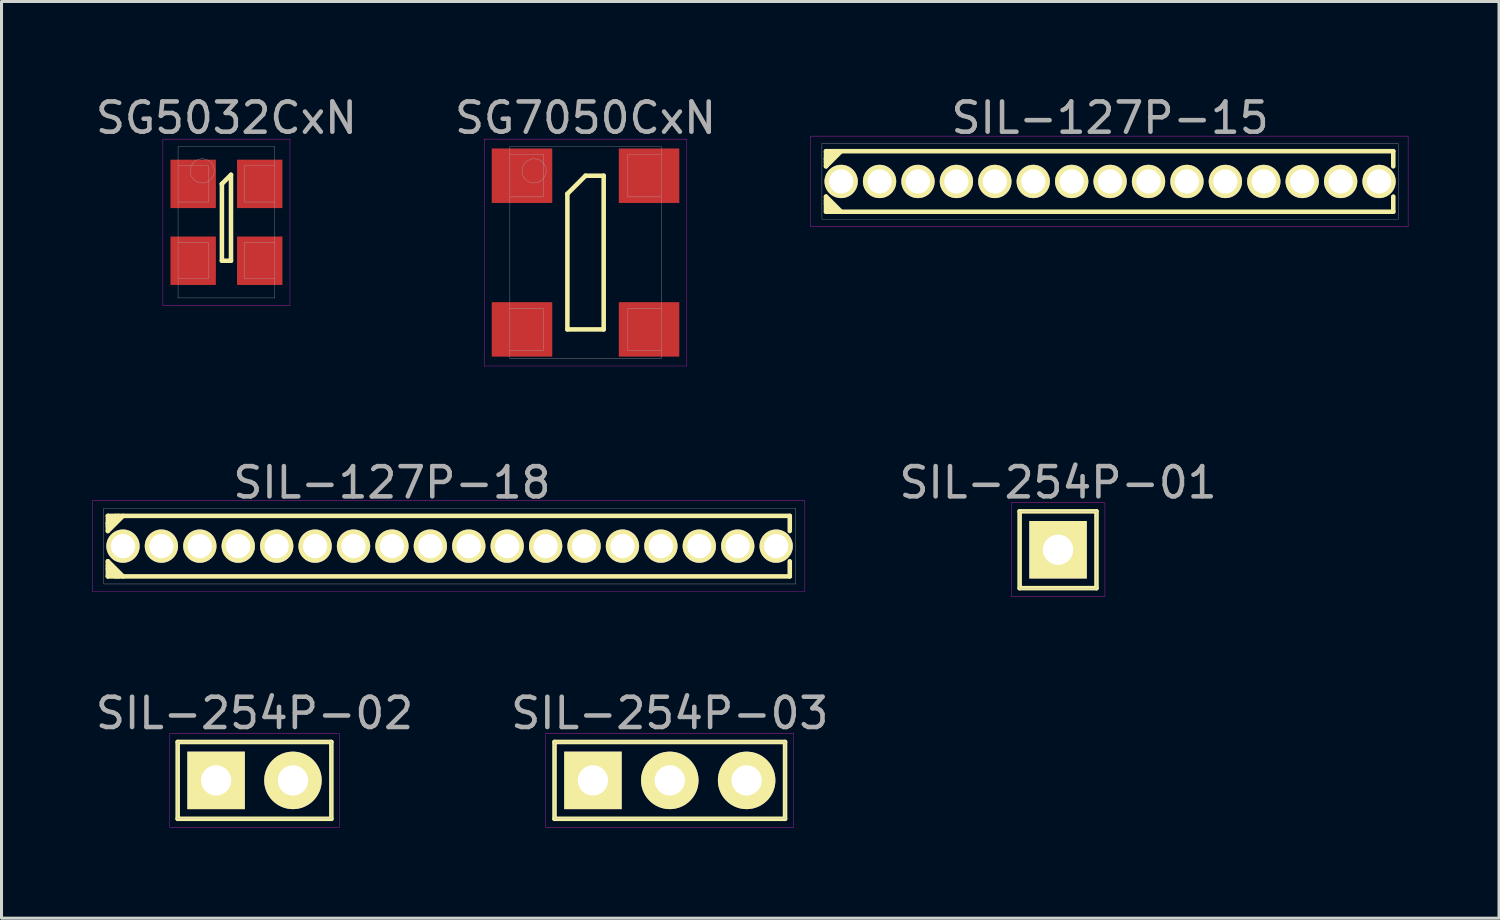
<source format=kicad_pcb>
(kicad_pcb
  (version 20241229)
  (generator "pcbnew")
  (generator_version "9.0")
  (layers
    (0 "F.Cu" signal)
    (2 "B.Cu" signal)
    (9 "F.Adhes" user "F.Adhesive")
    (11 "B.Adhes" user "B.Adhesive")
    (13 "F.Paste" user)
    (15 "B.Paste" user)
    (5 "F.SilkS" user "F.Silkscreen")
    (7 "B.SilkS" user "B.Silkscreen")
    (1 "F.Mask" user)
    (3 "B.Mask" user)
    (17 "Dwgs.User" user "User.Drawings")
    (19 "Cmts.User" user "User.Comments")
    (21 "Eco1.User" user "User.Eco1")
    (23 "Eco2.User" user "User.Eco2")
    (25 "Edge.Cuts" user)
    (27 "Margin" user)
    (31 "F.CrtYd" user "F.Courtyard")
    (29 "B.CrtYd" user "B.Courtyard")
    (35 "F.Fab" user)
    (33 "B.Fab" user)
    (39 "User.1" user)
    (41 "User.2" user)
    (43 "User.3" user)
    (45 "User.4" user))
  (footprint "SG5032CxN"
    (layer "F.Cu")
    (at 4.435 4.298)
    (property "Reference" "SG5032CxN" (at 0 -3.45 0) (layer "F.Fab") (effects (font (size 1 1) (thickness 0.15))))
    (attr through_hole)
    (fp_line (start -0.15 -1.27) (end -0.15 -1.27) (stroke (width 0.15) (type solid)) (layer "F.SilkS"))
    (fp_line (start -0.15 -1.27) (end -0.15 1.27) (stroke (width 0.15) (type solid)) (layer "F.SilkS"))
    (fp_line (start -0.15 1.27) (end 0.15 1.27) (stroke (width 0.15) (type solid)) (layer "F.SilkS"))
    (fp_line (start 0.15 -1.57) (end -0.15 -1.27) (stroke (width 0.15) (type solid)) (layer "F.SilkS"))
    (fp_line (start 0.15 1.27) (end 0.15 -1.57) (stroke (width 0.15) (type solid)) (layer "F.SilkS"))
    (fp_line (start -2.1 -2.75) (end 2.1 -2.75) (stroke (width 0.01) (type solid)) (layer "F.CrtYd"))
    (fp_line (start -2.1 2.75) (end -2.1 -2.75) (stroke (width 0.01) (type solid)) (layer "F.CrtYd"))
    (fp_line (start 2.1 -2.75) (end 2.1 2.75) (stroke (width 0.01) (type solid)) (layer "F.CrtYd"))
    (fp_line (start 2.1 2.75) (end -2.1 2.75) (stroke (width 0.01) (type solid)) (layer "F.CrtYd"))
    (fp_line (start -1.6 -2.5) (end 1.6 -2.5) (stroke (width 0.01) (type solid)) (layer "F.Fab"))
    (fp_line (start -1.6 -0.67) (end -0.6 -0.67) (stroke (width 0.01) (type solid)) (layer "F.Fab"))
    (fp_line (start -1.6 1.87) (end -0.6 1.87) (stroke (width 0.01) (type solid)) (layer "F.Fab"))
    (fp_line (start -1.6 2.5) (end -1.6 -2.5) (stroke (width 0.01) (type solid)) (layer "F.Fab"))
    (fp_line (start -0.6 -1.87) (end -1.6 -1.87) (stroke (width 0.01) (type solid)) (layer "F.Fab"))
    (fp_line (start -0.6 -0.67) (end -0.6 -1.87) (stroke (width 0.01) (type solid)) (layer "F.Fab"))
    (fp_line (start -0.6 0.67) (end -1.6 0.67) (stroke (width 0.01) (type solid)) (layer "F.Fab"))
    (fp_line (start -0.6 1.87) (end -0.6 0.67) (stroke (width 0.01) (type solid)) (layer "F.Fab"))
    (fp_line (start 0.6 -1.87) (end 0.6 -0.67) (stroke (width 0.01) (type solid)) (layer "F.Fab"))
    (fp_line (start 0.6 -0.67) (end 1.6 -0.67) (stroke (width 0.01) (type solid)) (layer "F.Fab"))
    (fp_line (start 0.6 0.67) (end 0.6 1.87) (stroke (width 0.01) (type solid)) (layer "F.Fab"))
    (fp_line (start 0.6 1.87) (end 1.6 1.87) (stroke (width 0.01) (type solid)) (layer "F.Fab"))
    (fp_line (start 1.6 -2.5) (end 1.6 2.5) (stroke (width 0.01) (type solid)) (layer "F.Fab"))
    (fp_line (start 1.6 -1.87) (end 0.6 -1.87) (stroke (width 0.01) (type solid)) (layer "F.Fab"))
    (fp_line (start 1.6 0.67) (end 0.6 0.67) (stroke (width 0.01) (type solid)) (layer "F.Fab"))
    (fp_line (start 1.6 2.5) (end -1.6 2.5) (stroke (width 0.01) (type solid)) (layer "F.Fab"))
    (fp_circle (center -0.8 -1.7) (end -0.8 -1.3) (stroke (width 0.01) (type solid)) (fill no) (layer "F.Fab"))
    (pad "1" smd rect (at -1.1 -1.27) (size 1.5 1.6) (layers "F.Cu" "F.Mask" "F.Paste"))
    (pad "2" smd rect (at -1.1 1.27) (size 1.5 1.6) (layers "F.Cu" "F.Mask" "F.Paste"))
    (pad "3" smd rect (at 1.1 1.27) (size 1.5 1.6) (layers "F.Cu" "F.Mask" "F.Paste"))
    (pad "4" smd rect (at 1.1 -1.27) (size 1.5 1.6) (layers "F.Cu" "F.Mask" "F.Paste")))
  (footprint "SIL-254P-02"
    (layer "F.Cu")
    (at 5.363 22.745)
    (property "Reference" "SIL-254P-02" (at 0 -2.22 0) (layer "F.Fab") (effects (font (size 1 1) (thickness 0.15))))
    (attr through_hole)
    (fp_line (start -2.54 -1.27) (end 2.54 -1.27) (stroke (width 0.15) (type solid)) (layer "F.SilkS"))
    (fp_line (start -2.54 1.27) (end -2.54 -1.27) (stroke (width 0.15) (type solid)) (layer "F.SilkS"))
    (fp_line (start 2.54 -1.27) (end 2.54 1.27) (stroke (width 0.15) (type solid)) (layer "F.SilkS"))
    (fp_line (start 2.54 1.27) (end -2.54 1.27) (stroke (width 0.15) (type solid)) (layer "F.SilkS"))
    (fp_line (start -2.8 -1.55) (end 2.8 -1.55) (stroke (width 0.01) (type solid)) (layer "F.CrtYd"))
    (fp_line (start -2.8 1.55) (end -2.8 -1.55) (stroke (width 0.01) (type solid)) (layer "F.CrtYd"))
    (fp_line (start 2.8 -1.55) (end 2.8 1.55) (stroke (width 0.01) (type solid)) (layer "F.CrtYd"))
    (fp_line (start 2.8 1.55) (end -2.8 1.55) (stroke (width 0.01) (type solid)) (layer "F.CrtYd"))
    (fp_line (start -2.54 -1.27) (end 2.54 -1.27) (stroke (width 0.01) (type solid)) (layer "F.Fab"))
    (fp_line (start -2.54 1.27) (end -2.54 -1.27) (stroke (width 0.01) (type solid)) (layer "F.Fab"))
    (fp_line (start 2.54 -1.27) (end 2.54 1.27) (stroke (width 0.01) (type solid)) (layer "F.Fab"))
    (fp_line (start 2.54 1.27) (end -2.54 1.27) (stroke (width 0.01) (type solid)) (layer "F.Fab"))
    (pad "1" thru_hole rect (at -1.27 0) (size 1.9 1.9) (drill 1) (layers "*.Cu" "*.Mask" "F.SilkS"))
    (pad "2" thru_hole circle (at 1.27 0) (size 1.9 1.9) (drill 1) (layers "*.Cu" "*.Mask" "F.SilkS")))
  (footprint "SIL-254P-01"
    (layer "F.Cu")
    (at 31.923 15.121)
    (property "Reference" "SIL-254P-01" (at 0 -2.22 0) (layer "F.Fab") (effects (font (size 1 1) (thickness 0.15))))
    (attr through_hole)
    (fp_line (start -1.27 -1.27) (end 1.27 -1.27) (stroke (width 0.15) (type solid)) (layer "F.SilkS"))
    (fp_line (start -1.27 1.27) (end -1.27 -1.27) (stroke (width 0.15) (type solid)) (layer "F.SilkS"))
    (fp_line (start 1.27 -1.27) (end 1.27 1.27) (stroke (width 0.15) (type solid)) (layer "F.SilkS"))
    (fp_line (start 1.27 1.27) (end -1.27 1.27) (stroke (width 0.15) (type solid)) (layer "F.SilkS"))
    (fp_line (start -1.55 -1.55) (end 1.55 -1.55) (stroke (width 0.01) (type solid)) (layer "F.CrtYd"))
    (fp_line (start -1.55 1.55) (end -1.55 -1.55) (stroke (width 0.01) (type solid)) (layer "F.CrtYd"))
    (fp_line (start 1.55 -1.55) (end 1.55 1.55) (stroke (width 0.01) (type solid)) (layer "F.CrtYd"))
    (fp_line (start 1.55 1.55) (end -1.55 1.55) (stroke (width 0.01) (type solid)) (layer "F.CrtYd"))
    (fp_line (start -1.27 -1.27) (end 1.27 -1.27) (stroke (width 0.01) (type solid)) (layer "F.Fab"))
    (fp_line (start -1.27 1.27) (end -1.27 -1.27) (stroke (width 0.01) (type solid)) (layer "F.Fab"))
    (fp_line (start 1.27 -1.27) (end 1.27 1.27) (stroke (width 0.01) (type solid)) (layer "F.Fab"))
    (fp_line (start 1.27 1.27) (end -1.27 1.27) (stroke (width 0.01) (type solid)) (layer "F.Fab"))
    (pad "1" thru_hole rect (at 0 0) (size 1.9 1.9) (drill 1) (layers "*.Cu" "*.Mask" "F.SilkS")))
  (footprint "SIL-127P-15"
    (layer "F.Cu")
    (at 33.643 2.948)
    (property "Reference" "SIL-127P-15" (at 0 -2.1 0) (layer "F.Fab") (effects (font (size 1 1) (thickness 0.15))))
    (attr through_hole)
    (fp_line (start -9.39 -1) (end -9.39 -0.75) (stroke (width 0.15) (type solid)) (layer "F.SilkS"))
    (fp_line (start -9.39 -1) (end 9.36 -1) (stroke (width 0.15) (type solid)) (layer "F.SilkS"))
    (fp_line (start -9.39 -0.75) (end -9.39 -0.5) (stroke (width 0.15) (type solid)) (layer "F.SilkS"))
    (fp_line (start -9.39 -0.75) (end -9.14 -1) (stroke (width 0.15) (type solid)) (layer "F.SilkS"))
    (fp_line (start -9.39 -0.65) (end -9.04 -1) (stroke (width 0.15) (type solid)) (layer "F.SilkS"))
    (fp_line (start -9.39 -0.5) (end -8.89 -1) (stroke (width 0.15) (type solid)) (layer "F.SilkS"))
    (fp_line (start -9.39 0.5) (end -8.89 1) (stroke (width 0.15) (type solid)) (layer "F.SilkS"))
    (fp_line (start -9.39 0.65) (end -9.04 1) (stroke (width 0.15) (type solid)) (layer "F.SilkS"))
    (fp_line (start -9.39 0.75) (end -9.14 1) (stroke (width 0.15) (type solid)) (layer "F.SilkS"))
    (fp_line (start -9.39 1) (end -9.39 0.5) (stroke (width 0.15) (type solid)) (layer "F.SilkS"))
    (fp_line (start 9.36 -1) (end 9.36 -0.5) (stroke (width 0.15) (type solid)) (layer "F.SilkS"))
    (fp_line (start 9.36 1) (end -9.39 1) (stroke (width 0.15) (type solid)) (layer "F.SilkS"))
    (fp_line (start 9.36 1) (end 9.36 0.5) (stroke (width 0.15) (type solid)) (layer "F.SilkS"))
    (fp_line (start -9.9 -1.5) (end 9.85 -1.5) (stroke (width 0.01) (type solid)) (layer "F.CrtYd"))
    (fp_line (start -9.9 1.5) (end -9.9 -1.5) (stroke (width 0.01) (type solid)) (layer "F.CrtYd"))
    (fp_line (start 9.85 -1.5) (end 9.85 1.5) (stroke (width 0.01) (type solid)) (layer "F.CrtYd"))
    (fp_line (start 9.85 1.5) (end -9.9 1.5) (stroke (width 0.01) (type solid)) (layer "F.CrtYd"))
    (fp_line (start -9.525 -1.25) (end 9.525 -1.25) (stroke (width 0.01) (type solid)) (layer "F.Fab"))
    (fp_line (start -9.525 1.25) (end -9.525 -1.25) (stroke (width 0.01) (type solid)) (layer "F.Fab"))
    (fp_line (start 9.525 -1.25) (end 9.525 1.25) (stroke (width 0.01) (type solid)) (layer "F.Fab"))
    (fp_line (start 9.525 1.25) (end -9.525 1.25) (stroke (width 0.01) (type solid)) (layer "F.Fab"))
    (pad "1" thru_hole circle (at -8.89 0) (size 1.1 1.1) (drill 0.8) (layers "*.Cu" "*.Mask" "F.SilkS"))
    (pad "2" thru_hole circle (at -7.62 0) (size 1.1 1.1) (drill 0.8) (layers "*.Cu" "*.Mask" "F.SilkS"))
    (pad "3" thru_hole circle (at -6.35 0) (size 1.1 1.1) (drill 0.8) (layers "*.Cu" "*.Mask" "F.SilkS"))
    (pad "4" thru_hole circle (at -5.08 0) (size 1.1 1.1) (drill 0.8) (layers "*.Cu" "*.Mask" "F.SilkS"))
    (pad "5" thru_hole circle (at -3.81 0) (size 1.1 1.1) (drill 0.8) (layers "*.Cu" "*.Mask" "F.SilkS"))
    (pad "6" thru_hole circle (at -2.54 0) (size 1.1 1.1) (drill 0.8) (layers "*.Cu" "*.Mask" "F.SilkS"))
    (pad "7" thru_hole circle (at -1.27 0) (size 1.1 1.1) (drill 0.8) (layers "*.Cu" "*.Mask" "F.SilkS"))
    (pad "8" thru_hole circle (at 0 0) (size 1.1 1.1) (drill 0.8) (layers "*.Cu" "*.Mask" "F.SilkS"))
    (pad "9" thru_hole circle (at 1.27 0) (size 1.1 1.1) (drill 0.8) (layers "*.Cu" "*.Mask" "F.SilkS"))
    (pad "10" thru_hole circle (at 2.54 0) (size 1.1 1.1) (drill 0.8) (layers "*.Cu" "*.Mask" "F.SilkS"))
    (pad "11" thru_hole circle (at 3.81 0) (size 1.1 1.1) (drill 0.8) (layers "*.Cu" "*.Mask" "F.SilkS"))
    (pad "12" thru_hole circle (at 5.08 0) (size 1.1 1.1) (drill 0.8) (layers "*.Cu" "*.Mask" "F.SilkS"))
    (pad "13" thru_hole circle (at 6.35 0) (size 1.1 1.1) (drill 0.8) (layers "*.Cu" "*.Mask" "F.SilkS"))
    (pad "14" thru_hole circle (at 7.62 0) (size 1.1 1.1) (drill 0.8) (layers "*.Cu" "*.Mask" "F.SilkS"))
    (pad "15" thru_hole circle (at 8.89 0) (size 1.1 1.1) (drill 0.8) (layers "*.Cu" "*.Mask" "F.SilkS")))
  (footprint "SIL-127P-18"
    (layer "F.Cu")
    (at 9.905 15.002)
    (property "Reference" "SIL-127P-18" (at 0 -2.1 0) (layer "F.Fab") (effects (font (size 1 1) (thickness 0.15))))
    (attr through_hole)
    (fp_line (start -9.39 -1) (end -9.39 -0.75) (stroke (width 0.15) (type solid)) (layer "F.SilkS"))
    (fp_line (start -9.39 -1) (end 13.15 -1) (stroke (width 0.15) (type solid)) (layer "F.SilkS"))
    (fp_line (start -9.39 -0.75) (end -9.39 -0.5) (stroke (width 0.15) (type solid)) (layer "F.SilkS"))
    (fp_line (start -9.39 -0.75) (end -9.14 -1) (stroke (width 0.15) (type solid)) (layer "F.SilkS"))
    (fp_line (start -9.39 -0.65) (end -9.04 -1) (stroke (width 0.15) (type solid)) (layer "F.SilkS"))
    (fp_line (start -9.39 -0.5) (end -8.89 -1) (stroke (width 0.15) (type solid)) (layer "F.SilkS"))
    (fp_line (start -9.39 0.5) (end -8.89 1) (stroke (width 0.15) (type solid)) (layer "F.SilkS"))
    (fp_line (start -9.39 0.65) (end -9.04 1) (stroke (width 0.15) (type solid)) (layer "F.SilkS"))
    (fp_line (start -9.39 0.75) (end -9.14 1) (stroke (width 0.15) (type solid)) (layer "F.SilkS"))
    (fp_line (start -9.39 1) (end -9.39 0.5) (stroke (width 0.15) (type solid)) (layer "F.SilkS"))
    (fp_line (start 13.15 -1) (end 13.15 -0.5) (stroke (width 0.15) (type solid)) (layer "F.SilkS"))
    (fp_line (start 13.15 1) (end -9.39 1) (stroke (width 0.15) (type solid)) (layer "F.SilkS"))
    (fp_line (start 13.15 1) (end 13.15 0.5) (stroke (width 0.15) (type solid)) (layer "F.SilkS"))
    (fp_line (start -9.9 -1.5) (end 13.65 -1.5) (stroke (width 0.01) (type solid)) (layer "F.CrtYd"))
    (fp_line (start -9.9 1.5) (end -9.9 -1.5) (stroke (width 0.01) (type solid)) (layer "F.CrtYd"))
    (fp_line (start 13.65 -1.5) (end 13.65 1.5) (stroke (width 0.01) (type solid)) (layer "F.CrtYd"))
    (fp_line (start 13.65 1.5) (end -9.9 1.5) (stroke (width 0.01) (type solid)) (layer "F.CrtYd"))
    (fp_line (start -9.525 -1.25) (end 13.35 -1.25) (stroke (width 0.01) (type solid)) (layer "F.Fab"))
    (fp_line (start -9.525 1.25) (end -9.525 -1.25) (stroke (width 0.01) (type solid)) (layer "F.Fab"))
    (fp_line (start 13.35 -1.25) (end 13.35 1.25) (stroke (width 0.01) (type solid)) (layer "F.Fab"))
    (fp_line (start 13.35 1.25) (end -9.525 1.25) (stroke (width 0.01) (type solid)) (layer "F.Fab"))
    (pad "1" thru_hole circle (at -8.89 0) (size 1.1 1.1) (drill 0.8) (layers "*.Cu" "*.Mask" "F.SilkS"))
    (pad "2" thru_hole circle (at -7.62 0) (size 1.1 1.1) (drill 0.8) (layers "*.Cu" "*.Mask" "F.SilkS"))
    (pad "3" thru_hole circle (at -6.35 0) (size 1.1 1.1) (drill 0.8) (layers "*.Cu" "*.Mask" "F.SilkS"))
    (pad "4" thru_hole circle (at -5.08 0) (size 1.1 1.1) (drill 0.8) (layers "*.Cu" "*.Mask" "F.SilkS"))
    (pad "5" thru_hole circle (at -3.81 0) (size 1.1 1.1) (drill 0.8) (layers "*.Cu" "*.Mask" "F.SilkS"))
    (pad "6" thru_hole circle (at -2.54 0) (size 1.1 1.1) (drill 0.8) (layers "*.Cu" "*.Mask" "F.SilkS"))
    (pad "7" thru_hole circle (at -1.27 0) (size 1.1 1.1) (drill 0.8) (layers "*.Cu" "*.Mask" "F.SilkS"))
    (pad "8" thru_hole circle (at 0 0) (size 1.1 1.1) (drill 0.8) (layers "*.Cu" "*.Mask" "F.SilkS"))
    (pad "9" thru_hole circle (at 1.27 0) (size 1.1 1.1) (drill 0.8) (layers "*.Cu" "*.Mask" "F.SilkS"))
    (pad "10" thru_hole circle (at 2.54 0) (size 1.1 1.1) (drill 0.8) (layers "*.Cu" "*.Mask" "F.SilkS"))
    (pad "11" thru_hole circle (at 3.81 0) (size 1.1 1.1) (drill 0.8) (layers "*.Cu" "*.Mask" "F.SilkS"))
    (pad "12" thru_hole circle (at 5.08 0) (size 1.1 1.1) (drill 0.8) (layers "*.Cu" "*.Mask" "F.SilkS"))
    (pad "13" thru_hole circle (at 6.35 0) (size 1.1 1.1) (drill 0.8) (layers "*.Cu" "*.Mask" "F.SilkS"))
    (pad "14" thru_hole circle (at 7.62 0) (size 1.1 1.1) (drill 0.8) (layers "*.Cu" "*.Mask" "F.SilkS"))
    (pad "15" thru_hole circle (at 8.89 0) (size 1.1 1.1) (drill 0.8) (layers "*.Cu" "*.Mask" "F.SilkS"))
    (pad "16" thru_hole circle (at 10.16 0) (size 1.1 1.1) (drill 0.8) (layers "*.Cu" "*.Mask" "F.SilkS"))
    (pad "17" thru_hole circle (at 11.43 0) (size 1.1 1.1) (drill 0.8) (layers "*.Cu" "*.Mask" "F.SilkS"))
    (pad "18" thru_hole circle (at 12.7 0) (size 1.1 1.1) (drill 0.8) (layers "*.Cu" "*.Mask" "F.SilkS")))
  (footprint "SG7050CxN"
    (layer "F.Cu")
    (at 16.304 5.298)
    (property "Reference" "SG7050CxN" (at 0 -4.45 0) (layer "F.Fab") (effects (font (size 1 1) (thickness 0.15))))
    (attr through_hole)
    (fp_line (start -0.6 -1.94) (end 0 -2.54) (stroke (width 0.15) (type solid)) (layer "F.SilkS"))
    (fp_line (start -0.6 2.54) (end -0.6 -1.94) (stroke (width 0.15) (type solid)) (layer "F.SilkS"))
    (fp_line (start 0 -2.54) (end 0.6 -2.54) (stroke (width 0.15) (type solid)) (layer "F.SilkS"))
    (fp_line (start 0.6 -2.54) (end 0.6 2.54) (stroke (width 0.15) (type solid)) (layer "F.SilkS"))
    (fp_line (start 0.6 2.54) (end -0.6 2.54) (stroke (width 0.15) (type solid)) (layer "F.SilkS"))
    (fp_line (start -3.35 -3.75) (end 3.35 -3.75) (stroke (width 0.01) (type solid)) (layer "F.CrtYd"))
    (fp_line (start -3.35 3.75) (end -3.35 -3.75) (stroke (width 0.01) (type solid)) (layer "F.CrtYd"))
    (fp_line (start 3.35 -3.75) (end 3.35 3.75) (stroke (width 0.01) (type solid)) (layer "F.CrtYd"))
    (fp_line (start 3.35 3.75) (end -3.35 3.75) (stroke (width 0.01) (type solid)) (layer "F.CrtYd"))
    (fp_line (start -2.5 -3.5) (end 2.5 -3.5) (stroke (width 0.01) (type solid)) (layer "F.Fab"))
    (fp_line (start -2.5 -1.84) (end -1.4 -1.84) (stroke (width 0.01) (type solid)) (layer "F.Fab"))
    (fp_line (start -2.5 3.24) (end -1.4 3.24) (stroke (width 0.01) (type solid)) (layer "F.Fab"))
    (fp_line (start -2.5 3.5) (end -2.5 -3.5) (stroke (width 0.01) (type solid)) (layer "F.Fab"))
    (fp_line (start -1.4 -3.24) (end -2.5 -3.24) (stroke (width 0.01) (type solid)) (layer "F.Fab"))
    (fp_line (start -1.4 -1.84) (end -1.4 -3.24) (stroke (width 0.01) (type solid)) (layer "F.Fab"))
    (fp_line (start -1.4 1.84) (end -2.5 1.84) (stroke (width 0.01) (type solid)) (layer "F.Fab"))
    (fp_line (start -1.4 3.24) (end -1.4 1.84) (stroke (width 0.01) (type solid)) (layer "F.Fab"))
    (fp_line (start 1.4 -3.24) (end 1.4 -1.84) (stroke (width 0.01) (type solid)) (layer "F.Fab"))
    (fp_line (start 1.4 -1.84) (end 2.5 -1.84) (stroke (width 0.01) (type solid)) (layer "F.Fab"))
    (fp_line (start 1.4 1.84) (end 1.4 3.24) (stroke (width 0.01) (type solid)) (layer "F.Fab"))
    (fp_line (start 1.4 3.24) (end 2.5 3.24) (stroke (width 0.01) (type solid)) (layer "F.Fab"))
    (fp_line (start 2.5 -3.5) (end 2.5 3.5) (stroke (width 0.01) (type solid)) (layer "F.Fab"))
    (fp_line (start 2.5 -3.24) (end 1.4 -3.24) (stroke (width 0.01) (type solid)) (layer "F.Fab"))
    (fp_line (start 2.5 1.84) (end 1.4 1.84) (stroke (width 0.01) (type solid)) (layer "F.Fab"))
    (fp_line (start 2.5 3.5) (end -2.5 3.5) (stroke (width 0.01) (type solid)) (layer "F.Fab"))
    (fp_circle (center -1.7 -2.7) (end -1.7 -2.3) (stroke (width 0.01) (type solid)) (fill no) (layer "F.Fab"))
    (pad "1" smd rect (at -2.1 -2.54) (size 2 1.8) (layers "F.Cu" "F.Mask" "F.Paste"))
    (pad "2" smd rect (at -2.1 2.54) (size 2 1.8) (layers "F.Cu" "F.Mask" "F.Paste"))
    (pad "3" smd rect (at 2.1 2.54) (size 2 1.8) (layers "F.Cu" "F.Mask" "F.Paste"))
    (pad "4" smd rect (at 2.1 -2.54) (size 2 1.8) (layers "F.Cu" "F.Mask" "F.Paste")))
  (footprint "SIL-254P-03"
    (layer "F.Cu")
    (at 19.089 22.745)
    (property "Reference" "SIL-254P-03" (at 0 -2.22 0) (layer "F.Fab") (effects (font (size 1 1) (thickness 0.15))))
    (attr through_hole)
    (fp_line (start -3.81 -1.27) (end 3.81 -1.27) (stroke (width 0.15) (type solid)) (layer "F.SilkS"))
    (fp_line (start -3.81 1.27) (end -3.81 -1.27) (stroke (width 0.15) (type solid)) (layer "F.SilkS"))
    (fp_line (start 3.81 -1.27) (end 3.81 1.27) (stroke (width 0.15) (type solid)) (layer "F.SilkS"))
    (fp_line (start 3.81 1.27) (end -3.81 1.27) (stroke (width 0.15) (type solid)) (layer "F.SilkS"))
    (fp_line (start -4.1 -1.55) (end 4.1 -1.55) (stroke (width 0.01) (type solid)) (layer "F.CrtYd"))
    (fp_line (start -4.1 1.55) (end -4.1 -1.55) (stroke (width 0.01) (type solid)) (layer "F.CrtYd"))
    (fp_line (start 4.1 -1.55) (end 4.1 1.55) (stroke (width 0.01) (type solid)) (layer "F.CrtYd"))
    (fp_line (start 4.1 1.55) (end -4.1 1.55) (stroke (width 0.01) (type solid)) (layer "F.CrtYd"))
    (fp_line (start -3.81 -1.27) (end 3.81 -1.27) (stroke (width 0.01) (type solid)) (layer "F.Fab"))
    (fp_line (start -3.81 1.27) (end -3.81 -1.27) (stroke (width 0.01) (type solid)) (layer "F.Fab"))
    (fp_line (start 3.81 -1.27) (end 3.81 1.27) (stroke (width 0.01) (type solid)) (layer "F.Fab"))
    (fp_line (start 3.81 1.27) (end -3.81 1.27) (stroke (width 0.01) (type solid)) (layer "F.Fab"))
    (pad "1" thru_hole rect (at -2.54 0) (size 1.9 1.9) (drill 1) (layers "*.Cu" "*.Mask" "F.SilkS"))
    (pad "2" thru_hole circle (at 0 0) (size 1.9 1.9) (drill 1) (layers "*.Cu" "*.Mask" "F.SilkS"))
    (pad "3" thru_hole circle (at 2.54 0) (size 1.9 1.9) (drill 1) (layers "*.Cu" "*.Mask" "F.SilkS")))
  (gr_rect
    (start -3 -3)
    (end 46.498 27.3)
    (stroke (width 0.1) (type default))
    (fill no)
    (layer "Edge.Cuts")))
</source>
